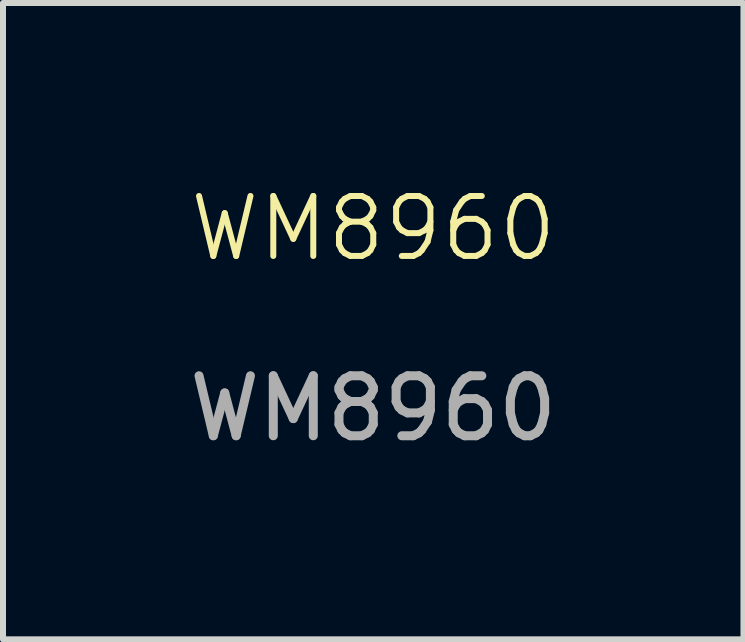
<source format=kicad_pcb>
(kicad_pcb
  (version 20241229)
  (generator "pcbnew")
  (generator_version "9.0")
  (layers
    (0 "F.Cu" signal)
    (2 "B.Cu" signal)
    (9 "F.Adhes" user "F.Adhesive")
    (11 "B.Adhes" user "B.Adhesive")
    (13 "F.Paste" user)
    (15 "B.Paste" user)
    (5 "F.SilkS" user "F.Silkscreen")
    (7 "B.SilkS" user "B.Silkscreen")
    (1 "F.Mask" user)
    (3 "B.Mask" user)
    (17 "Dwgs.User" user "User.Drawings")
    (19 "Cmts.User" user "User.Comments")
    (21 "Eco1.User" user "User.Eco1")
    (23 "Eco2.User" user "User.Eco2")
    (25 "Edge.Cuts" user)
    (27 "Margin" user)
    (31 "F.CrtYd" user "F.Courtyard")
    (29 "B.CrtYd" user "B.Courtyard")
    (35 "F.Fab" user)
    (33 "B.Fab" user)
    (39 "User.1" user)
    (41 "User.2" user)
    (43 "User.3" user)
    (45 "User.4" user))
  (footprint "WM8960"
    (layer "F.Cu")
    (at 3.173 1.26)
    (property "Reference" "WM8960" (at 0 -0.5 0) (unlocked yes) (layer "F.SilkS") (effects (font (size 1 1) (thickness 0.1))))
    (attr smd)
    (fp_text user "${REFERENCE}" (at 0 2.5 0) (unlocked yes) (layer "F.Fab") (effects (font (size 1 1) (thickness 0.15)))))
  (gr_rect
    (start -3 -3)
    (end 9.345 7.609)
    (stroke (width 0.1) (type default))
    (fill no)
    (layer "Edge.Cuts")))
</source>
